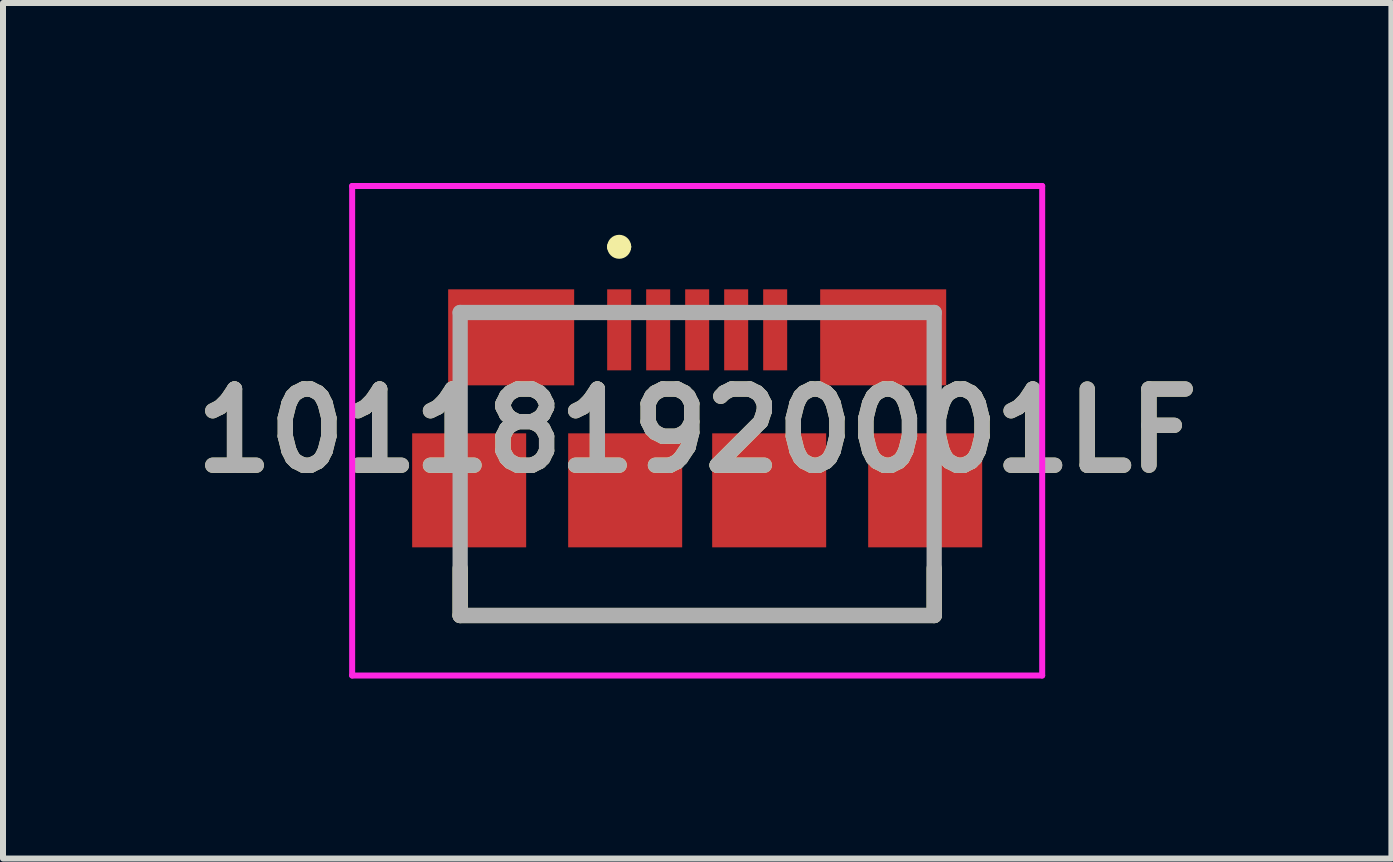
<source format=kicad_pcb>
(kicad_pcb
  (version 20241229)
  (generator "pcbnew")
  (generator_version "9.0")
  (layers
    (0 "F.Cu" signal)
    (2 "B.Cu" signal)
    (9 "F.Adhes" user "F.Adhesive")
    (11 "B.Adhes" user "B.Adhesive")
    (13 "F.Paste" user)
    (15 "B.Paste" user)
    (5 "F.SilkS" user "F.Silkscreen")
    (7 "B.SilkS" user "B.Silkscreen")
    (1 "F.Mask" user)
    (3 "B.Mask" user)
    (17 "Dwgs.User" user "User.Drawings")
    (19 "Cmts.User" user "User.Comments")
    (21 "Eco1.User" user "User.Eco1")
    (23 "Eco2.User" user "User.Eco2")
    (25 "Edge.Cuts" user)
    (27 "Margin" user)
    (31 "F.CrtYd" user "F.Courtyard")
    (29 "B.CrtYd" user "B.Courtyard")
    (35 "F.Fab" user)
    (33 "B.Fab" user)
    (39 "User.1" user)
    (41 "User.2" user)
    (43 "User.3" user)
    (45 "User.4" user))
  (footprint "101181920001LF"
    (layer "F.Cu")
    (at 8.569 4.129)
    (property "Reference" "101181920001LF" (at 0 0 0) (layer "F.SilkS") (effects (font (size 1.27 1.27) (thickness 0.254))))
    (attr smd)
    (fp_line (start -3.95 3.079) (end -3.95 2.293) (stroke (width 0.254) (type solid)) (layer "F.SilkS"))
    (fp_line (start -1.4 -3.066) (end -1.4 -3.066) (stroke (width 0.2) (type solid)) (layer "F.SilkS"))
    (fp_line (start -1.2 -3.066) (end -1.2 -3.066) (stroke (width 0.2) (type solid)) (layer "F.SilkS"))
    (fp_line (start 3.95 3.079) (end -3.95 3.079) (stroke (width 0.254) (type solid)) (layer "F.SilkS"))
    (fp_line (start 3.95 3.079) (end 3.95 2.293) (stroke (width 0.254) (type solid)) (layer "F.SilkS"))
    (fp_arc (start -1.4 -3.066) (mid -1.3 -3.166) (end -1.2 -3.066) (stroke (width 0.2) (type solid)) (layer "F.SilkS"))
    (fp_arc (start -1.2 -3.066) (mid -1.3 -2.966) (end -1.4 -3.066) (stroke (width 0.2) (type solid)) (layer "F.SilkS"))
    (fp_line (start -5.75 -4.079) (end 5.75 -4.079) (stroke (width 0.1) (type solid)) (layer "F.CrtYd"))
    (fp_line (start -5.75 4.079) (end -5.75 -4.079) (stroke (width 0.1) (type solid)) (layer "F.CrtYd"))
    (fp_line (start 5.75 -4.079) (end 5.75 4.079) (stroke (width 0.1) (type solid)) (layer "F.CrtYd"))
    (fp_line (start 5.75 4.079) (end -5.75 4.079) (stroke (width 0.1) (type solid)) (layer "F.CrtYd"))
    (fp_line (start -3.95 -1.971) (end 3.95 -1.971) (stroke (width 0.254) (type solid)) (layer "F.Fab"))
    (fp_line (start -3.95 3.079) (end -3.95 -1.971) (stroke (width 0.254) (type solid)) (layer "F.Fab"))
    (fp_line (start 3.95 -1.971) (end 3.95 3.079) (stroke (width 0.254) (type solid)) (layer "F.Fab"))
    (fp_line (start 3.95 3.079) (end -3.95 3.079) (stroke (width 0.254) (type solid)) (layer "F.Fab"))
    (fp_text user "${REFERENCE}" (at 0 0 0) (layer "F.Fab") (effects (font (size 1.27 1.27) (thickness 0.254))))
    (pad "1" smd rect (at -1.3 -1.682) (size 0.4 1.35) (layers "F.Cu" "F.Mask" "F.Paste"))
    (pad "2" smd rect (at -0.65 -1.682) (size 0.4 1.35) (layers "F.Cu" "F.Mask" "F.Paste"))
    (pad "3" smd rect (at 0 -1.682) (size 0.4 1.35) (layers "F.Cu" "F.Mask" "F.Paste"))
    (pad "4" smd rect (at 0.65 -1.682) (size 0.4 1.35) (layers "F.Cu" "F.Mask" "F.Paste"))
    (pad "5" smd rect (at 1.3 -1.682) (size 0.4 1.35) (layers "F.Cu" "F.Mask" "F.Paste"))
    (pad "6" smd rect (at -3.1 -1.557 90) (size 1.6 2.1) (layers "F.Cu" "F.Mask" "F.Paste"))
    (pad "7" smd rect (at 3.1 -1.557 90) (size 1.6 2.1) (layers "F.Cu" "F.Mask" "F.Paste"))
    (pad "8" smd rect (at -1.2 0.993 90) (size 1.9 1.9) (layers "F.Cu" "F.Mask" "F.Paste"))
    (pad "9" smd rect (at 1.2 0.993 90) (size 1.9 1.9) (layers "F.Cu" "F.Mask" "F.Paste"))
    (pad "10" smd rect (at -3.8 0.993 90) (size 1.9 1.9) (layers "F.Cu" "F.Mask" "F.Paste"))
    (pad "11" smd rect (at 3.8 0.993 90) (size 1.9 1.9) (layers "F.Cu" "F.Mask" "F.Paste")))
  (gr_rect
    (start -3 -3)
    (end 20.139 11.258)
    (stroke (width 0.1) (type default))
    (fill no)
    (layer "Edge.Cuts")))
</source>
